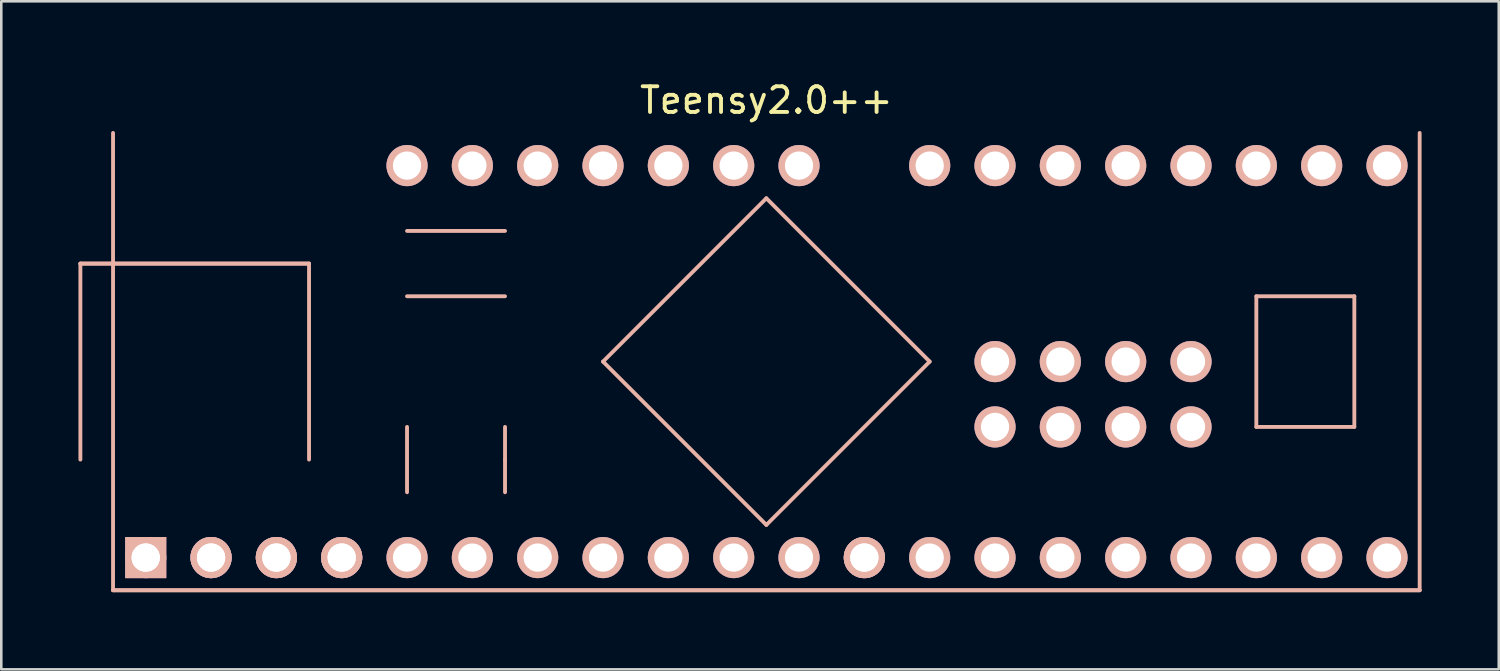
<source format=kicad_pcb>
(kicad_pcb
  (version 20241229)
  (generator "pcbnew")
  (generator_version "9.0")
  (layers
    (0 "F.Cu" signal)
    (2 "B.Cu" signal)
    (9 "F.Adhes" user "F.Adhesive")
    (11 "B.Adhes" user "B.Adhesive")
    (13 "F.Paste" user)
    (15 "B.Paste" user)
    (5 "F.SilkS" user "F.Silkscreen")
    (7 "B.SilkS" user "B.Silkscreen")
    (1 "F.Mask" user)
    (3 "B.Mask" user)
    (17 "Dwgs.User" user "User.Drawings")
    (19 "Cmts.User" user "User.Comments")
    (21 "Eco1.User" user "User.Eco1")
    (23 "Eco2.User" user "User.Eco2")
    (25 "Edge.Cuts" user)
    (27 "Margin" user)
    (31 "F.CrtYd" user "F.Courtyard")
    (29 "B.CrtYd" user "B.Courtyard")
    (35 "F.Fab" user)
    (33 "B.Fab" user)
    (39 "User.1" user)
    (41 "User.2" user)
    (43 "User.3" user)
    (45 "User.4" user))
  (footprint "Teensy2.0++"
    (layer "F.Cu")
    (at 26.745 11.008)
    (property "Reference" "Teensy2.0++" (at 0 -10.16 0) (layer "F.SilkS") (effects (font (size 1 1) (thickness 0.15))))
    (attr through_hole)
    (fp_line (start -26.67 -3.81) (end -26.67 3.81) (stroke (width 0.15) (type solid)) (layer "B.SilkS"))
    (fp_line (start -25.4 -8.89) (end -25.4 8.89) (stroke (width 0.15) (type solid)) (layer "B.SilkS"))
    (fp_line (start -25.4 8.89) (end 25.4 8.89) (stroke (width 0.15) (type solid)) (layer "B.SilkS"))
    (fp_line (start -17.78 -3.81) (end -26.67 -3.81) (stroke (width 0.15) (type solid)) (layer "B.SilkS"))
    (fp_line (start -17.78 -3.81) (end -26.67 -3.81) (stroke (width 0.15) (type solid)) (layer "B.SilkS"))
    (fp_line (start -17.78 3.81) (end -17.78 -3.81) (stroke (width 0.15) (type solid)) (layer "B.SilkS"))
    (fp_line (start -13.97 -5.08) (end -10.16 -5.08) (stroke (width 0.15) (type solid)) (layer "B.SilkS"))
    (fp_line (start -13.97 2.54) (end -13.97 5.08) (stroke (width 0.15) (type solid)) (layer "B.SilkS"))
    (fp_line (start -10.16 -2.54) (end -13.97 -2.54) (stroke (width 0.15) (type solid)) (layer "B.SilkS"))
    (fp_line (start -10.16 3.81) (end -10.16 2.54) (stroke (width 0.15) (type solid)) (layer "B.SilkS"))
    (fp_line (start -10.16 5.08) (end -10.16 3.81) (stroke (width 0.15) (type solid)) (layer "B.SilkS"))
    (fp_line (start -6.35 0) (end 0 -6.35) (stroke (width 0.15) (type solid)) (layer "B.SilkS"))
    (fp_line (start 0 -6.35) (end 6.35 0) (stroke (width 0.15) (type solid)) (layer "B.SilkS"))
    (fp_line (start 0 6.35) (end -6.35 0) (stroke (width 0.15) (type solid)) (layer "B.SilkS"))
    (fp_line (start 6.35 0) (end 0 6.35) (stroke (width 0.15) (type solid)) (layer "B.SilkS"))
    (fp_line (start 19.05 -2.54) (end 22.86 -2.54) (stroke (width 0.15) (type solid)) (layer "B.SilkS"))
    (fp_line (start 19.05 2.54) (end 19.05 -2.54) (stroke (width 0.15) (type solid)) (layer "B.SilkS"))
    (fp_line (start 22.86 -2.54) (end 22.86 2.54) (stroke (width 0.15) (type solid)) (layer "B.SilkS"))
    (fp_line (start 22.86 2.54) (end 19.05 2.54) (stroke (width 0.15) (type solid)) (layer "B.SilkS"))
    (fp_line (start 25.4 -8.89) (end 25.4 8.89) (stroke (width 0.15) (type solid)) (layer "B.SilkS"))
    (fp_line (start 25.4 8.89) (end -25.4 8.89) (stroke (width 0.15) (type solid)) (layer "B.SilkS"))
    (pad "1" thru_hole rect (at -24.13 7.62) (size 1.6 1.6) (drill 1.1) (layers "*.Cu" "*.Mask" "B.SilkS"))
    (pad "2" thru_hole circle (at -21.59 7.62) (size 1.6 1.6) (drill 1.1) (layers "*.Cu" "*.Mask" "B.SilkS"))
    (pad "3" thru_hole circle (at -19.05 7.62) (size 1.6 1.6) (drill 1.1) (layers "*.Cu" "*.Mask" "B.SilkS"))
    (pad "4" thru_hole circle (at -16.51 7.62) (size 1.6 1.6) (drill 1.1) (layers "*.Cu" "*.Mask" "B.SilkS"))
    (pad "5" thru_hole circle (at -13.97 -7.62) (size 1.6 1.6) (drill 1.1) (layers "*.Cu" "*.Mask" "B.SilkS"))
    (pad "6" thru_hole circle (at -11.43 -7.62) (size 1.6 1.6) (drill 1.1) (layers "*.Cu" "*.Mask" "B.SilkS"))
    (pad "7" thru_hole circle (at -8.89 -7.62) (size 1.6 1.6) (drill 1.1) (layers "*.Cu" "*.Mask" "B.SilkS"))
    (pad "8" thru_hole circle (at -6.35 -7.62) (size 1.6 1.6) (drill 1.1) (layers "*.Cu" "*.Mask" "B.SilkS"))
    (pad "9" thru_hole circle (at -3.81 -7.62) (size 1.6 1.6) (drill 1.1) (layers "*.Cu" "*.Mask" "B.SilkS"))
    (pad "10" thru_hole circle (at -1.27 -7.62) (size 1.6 1.6) (drill 1.1) (layers "*.Cu" "*.Mask" "B.SilkS"))
    (pad "11" thru_hole circle (at 1.27 -7.62) (size 1.6 1.6) (drill 1.1) (layers "*.Cu" "*.Mask" "B.SilkS"))
    (pad "12" thru_hole circle (at 3.81 7.62) (size 1.6 1.6) (drill 1.1) (layers "*.Cu" "*.Mask" "B.SilkS"))
    (pad "13" thru_hole circle (at 6.35 -7.62) (size 1.6 1.6) (drill 1.1) (layers "*.Cu" "*.Mask" "B.SilkS"))
    (pad "14" thru_hole circle (at 8.89 -7.62) (size 1.6 1.6) (drill 1.1) (layers "*.Cu" "*.Mask" "B.SilkS"))
    (pad "15" thru_hole circle (at 11.43 -7.62) (size 1.6 1.6) (drill 1.1) (layers "*.Cu" "*.Mask" "B.SilkS"))
    (pad "16" thru_hole circle (at 13.97 -7.62) (size 1.6 1.6) (drill 1.1) (layers "*.Cu" "*.Mask" "B.SilkS"))
    (pad "17" thru_hole circle (at 16.51 -7.62) (size 1.6 1.6) (drill 1.1) (layers "*.Cu" "*.Mask" "B.SilkS"))
    (pad "18" thru_hole circle (at 19.05 -7.62) (size 1.6 1.6) (drill 1.1) (layers "*.Cu" "*.Mask" "B.SilkS"))
    (pad "19" thru_hole circle (at 21.59 -7.62) (size 1.6 1.6) (drill 1.1) (layers "*.Cu" "*.Mask" "B.SilkS"))
    (pad "20" thru_hole circle (at 24.13 -7.62) (size 1.6 1.6) (drill 1.1) (layers "*.Cu" "*.Mask" "B.SilkS"))
    (pad "24" thru_hole circle (at 24.13 7.62) (size 1.6 1.6) (drill 1.1) (layers "*.Cu" "*.Mask" "B.SilkS"))
    (pad "25" thru_hole circle (at 21.59 7.62) (size 1.6 1.6) (drill 1.1) (layers "*.Cu" "*.Mask" "B.SilkS"))
    (pad "26" thru_hole circle (at 19.05 7.62) (size 1.6 1.6) (drill 1.1) (layers "*.Cu" "*.Mask" "B.SilkS"))
    (pad "27" thru_hole circle (at 16.51 7.62) (size 1.6 1.6) (drill 1.1) (layers "*.Cu" "*.Mask" "B.SilkS"))
    (pad "28" thru_hole circle (at 13.97 7.62) (size 1.6 1.6) (drill 1.1) (layers "*.Cu" "*.Mask" "B.SilkS"))
    (pad "29" thru_hole circle (at 11.43 7.62) (size 1.6 1.6) (drill 1.1) (layers "*.Cu" "*.Mask" "B.SilkS"))
    (pad "30" thru_hole circle (at 8.89 7.62) (size 1.6 1.6) (drill 1.1) (layers "*.Cu" "*.Mask" "B.SilkS"))
    (pad "31" thru_hole circle (at 6.35 7.62) (size 1.6 1.6) (drill 1.1) (layers "*.Cu" "*.Mask" "B.SilkS"))
    (pad "32" thru_hole circle (at 3.81 7.62) (size 1.6 1.6) (drill 1.1) (layers "*.Cu" "*.Mask" "B.SilkS"))
    (pad "33" thru_hole circle (at 1.27 7.62) (size 1.6 1.6) (drill 1.1) (layers "*.Cu" "*.Mask" "B.SilkS"))
    (pad "34" thru_hole circle (at -1.27 7.62) (size 1.6 1.6) (drill 1.1) (layers "*.Cu" "*.Mask" "B.SilkS"))
    (pad "35" thru_hole circle (at -3.81 7.62) (size 1.6 1.6) (drill 1.1) (layers "*.Cu" "*.Mask" "B.SilkS"))
    (pad "36" thru_hole circle (at -6.35 7.62) (size 1.6 1.6) (drill 1.1) (layers "*.Cu" "*.Mask" "B.SilkS"))
    (pad "37" thru_hole circle (at -8.89 7.62) (size 1.6 1.6) (drill 1.1) (layers "*.Cu" "*.Mask" "B.SilkS"))
    (pad "38" thru_hole circle (at -11.43 7.62) (size 1.6 1.6) (drill 1.1) (layers "*.Cu" "*.Mask" "B.SilkS"))
    (pad "39" thru_hole circle (at -13.97 7.62) (size 1.6 1.6) (drill 1.1) (layers "*.Cu" "*.Mask" "B.SilkS"))
    (pad "40" thru_hole circle (at -16.51 7.62) (size 1.6 1.6) (drill 1.1) (layers "*.Cu" "*.Mask" "B.SilkS"))
    (pad "41" thru_hole circle (at -19.05 7.62) (size 1.6 1.6) (drill 1.1) (layers "*.Cu" "*.Mask" "B.SilkS"))
    (pad "42" thru_hole circle (at -21.59 7.62) (size 1.6 1.6) (drill 1.1) (layers "*.Cu" "*.Mask" "B.SilkS"))
    (pad "43" thru_hole circle (at -24.13 7.62) (size 1.6 1.6) (drill 1.1) (layers "*.Cu" "*.Mask" "B.SilkS"))
    (pad "44" thru_hole circle (at 8.89 2.54) (size 1.6 1.6) (drill 1.1) (layers "*.Cu" "*.Mask" "B.SilkS"))
    (pad "45" thru_hole circle (at 11.43 2.54) (size 1.6 1.6) (drill 1.1) (layers "*.Cu" "*.Mask" "B.SilkS"))
    (pad "46" thru_hole circle (at 13.97 2.54) (size 1.6 1.6) (drill 1.1) (layers "*.Cu" "*.Mask" "B.SilkS"))
    (pad "47" thru_hole circle (at 16.51 2.54) (size 1.6 1.6) (drill 1.1) (layers "*.Cu" "*.Mask" "B.SilkS"))
    (pad "48" thru_hole circle (at 8.89 0) (size 1.6 1.6) (drill 1.1) (layers "*.Cu" "*.Mask" "B.SilkS"))
    (pad "49" thru_hole circle (at 11.43 0) (size 1.6 1.6) (drill 1.1) (layers "*.Cu" "*.Mask" "B.SilkS"))
    (pad "50" thru_hole circle (at 13.97 0) (size 1.6 1.6) (drill 1.1) (layers "*.Cu" "*.Mask" "B.SilkS"))
    (pad "51" thru_hole circle (at 16.51 0) (size 1.6 1.6) (drill 1.1) (layers "*.Cu" "*.Mask" "B.SilkS")))
  (gr_rect
    (start -3 -3)
    (end 55.22 22.973)
    (stroke (width 0.1) (type default))
    (fill no)
    (layer "Edge.Cuts")))
</source>
